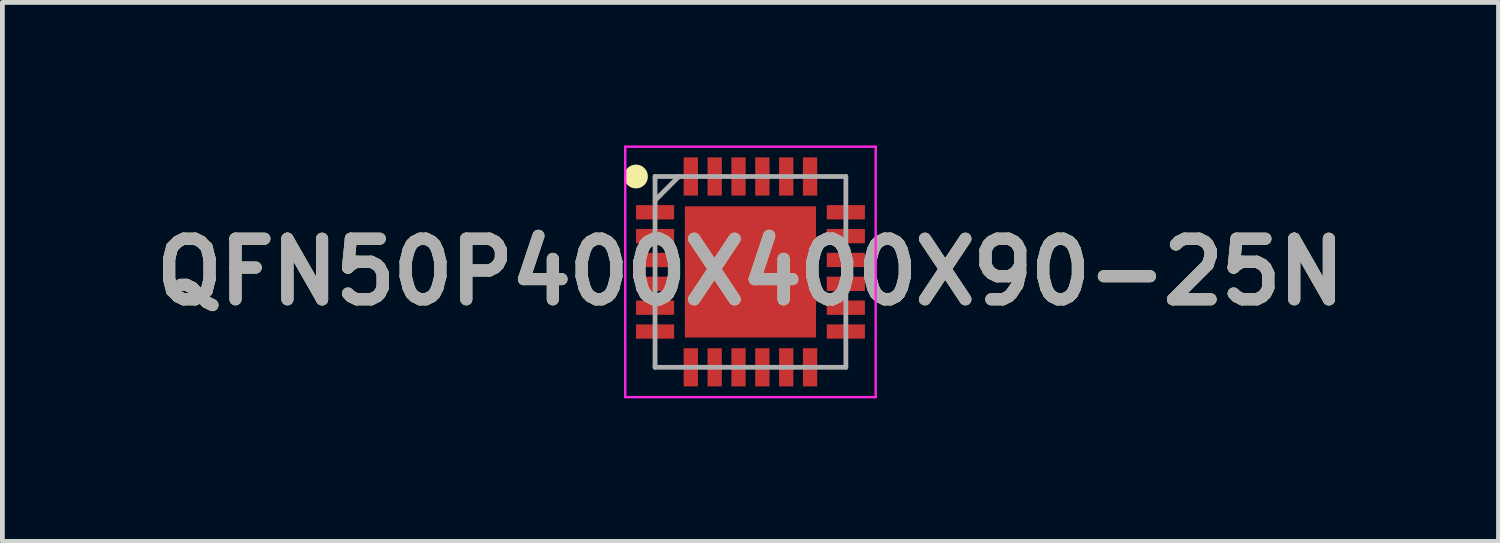
<source format=kicad_pcb>
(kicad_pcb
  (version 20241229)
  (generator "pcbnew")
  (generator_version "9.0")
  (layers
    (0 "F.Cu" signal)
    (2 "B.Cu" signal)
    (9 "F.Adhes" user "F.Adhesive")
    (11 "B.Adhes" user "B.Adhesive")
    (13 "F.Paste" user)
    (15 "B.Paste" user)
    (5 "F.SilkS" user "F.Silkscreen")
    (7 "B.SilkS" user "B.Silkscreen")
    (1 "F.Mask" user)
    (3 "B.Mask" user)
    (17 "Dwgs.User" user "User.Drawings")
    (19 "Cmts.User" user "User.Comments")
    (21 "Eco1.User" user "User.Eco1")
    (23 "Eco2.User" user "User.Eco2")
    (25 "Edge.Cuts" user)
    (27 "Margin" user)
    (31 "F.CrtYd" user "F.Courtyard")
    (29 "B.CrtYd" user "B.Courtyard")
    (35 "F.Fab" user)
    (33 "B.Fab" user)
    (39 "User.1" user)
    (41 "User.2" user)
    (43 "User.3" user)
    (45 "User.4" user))
  (footprint "QFN50P400X400X90-25N"
    (layer "F.Cu")
    (at 12.682 2.65)
    (property "Reference" "QFN50P400X400X90-25N" (at 0 0 0) (layer "F.SilkS") (effects (font (size 1.27 1.27) (thickness 0.254))))
    (attr smd)
    (fp_circle (center -2.4 -2) (end -2.4 -1.875) (stroke (width 0.25) (type solid)) (fill no) (layer "F.SilkS"))
    (fp_line (start -2.625 -2.625) (end 2.625 -2.625) (stroke (width 0.05) (type solid)) (layer "F.CrtYd"))
    (fp_line (start -2.625 2.625) (end -2.625 -2.625) (stroke (width 0.05) (type solid)) (layer "F.CrtYd"))
    (fp_line (start 2.625 -2.625) (end 2.625 2.625) (stroke (width 0.05) (type solid)) (layer "F.CrtYd"))
    (fp_line (start 2.625 2.625) (end -2.625 2.625) (stroke (width 0.05) (type solid)) (layer "F.CrtYd"))
    (fp_line (start -2 -2) (end 2 -2) (stroke (width 0.1) (type solid)) (layer "F.Fab"))
    (fp_line (start -2 -1.5) (end -1.5 -2) (stroke (width 0.1) (type solid)) (layer "F.Fab"))
    (fp_line (start -2 2) (end -2 -2) (stroke (width 0.1) (type solid)) (layer "F.Fab"))
    (fp_line (start 2 -2) (end 2 2) (stroke (width 0.1) (type solid)) (layer "F.Fab"))
    (fp_line (start 2 2) (end -2 2) (stroke (width 0.1) (type solid)) (layer "F.Fab"))
    (fp_text user "${REFERENCE}" (at 0 0 0) (layer "F.Fab") (effects (font (size 1.27 1.27) (thickness 0.254))))
    (pad "1" smd rect (at -2 -1.25 90) (size 0.3 0.8) (layers "F.Cu" "F.Mask" "F.Paste"))
    (pad "2" smd rect (at -2 -0.75 90) (size 0.3 0.8) (layers "F.Cu" "F.Mask" "F.Paste"))
    (pad "3" smd rect (at -2 -0.25 90) (size 0.3 0.8) (layers "F.Cu" "F.Mask" "F.Paste"))
    (pad "4" smd rect (at -2 0.25 90) (size 0.3 0.8) (layers "F.Cu" "F.Mask" "F.Paste"))
    (pad "5" smd rect (at -2 0.75 90) (size 0.3 0.8) (layers "F.Cu" "F.Mask" "F.Paste"))
    (pad "6" smd rect (at -2 1.25 90) (size 0.3 0.8) (layers "F.Cu" "F.Mask" "F.Paste"))
    (pad "7" smd rect (at -1.25 2) (size 0.3 0.8) (layers "F.Cu" "F.Mask" "F.Paste"))
    (pad "8" smd rect (at -0.75 2) (size 0.3 0.8) (layers "F.Cu" "F.Mask" "F.Paste"))
    (pad "9" smd rect (at -0.25 2) (size 0.3 0.8) (layers "F.Cu" "F.Mask" "F.Paste"))
    (pad "10" smd rect (at 0.25 2) (size 0.3 0.8) (layers "F.Cu" "F.Mask" "F.Paste"))
    (pad "11" smd rect (at 0.75 2) (size 0.3 0.8) (layers "F.Cu" "F.Mask" "F.Paste"))
    (pad "12" smd rect (at 1.25 2) (size 0.3 0.8) (layers "F.Cu" "F.Mask" "F.Paste"))
    (pad "13" smd rect (at 2 1.25 90) (size 0.3 0.8) (layers "F.Cu" "F.Mask" "F.Paste"))
    (pad "14" smd rect (at 2 0.75 90) (size 0.3 0.8) (layers "F.Cu" "F.Mask" "F.Paste"))
    (pad "15" smd rect (at 2 0.25 90) (size 0.3 0.8) (layers "F.Cu" "F.Mask" "F.Paste"))
    (pad "16" smd rect (at 2 -0.25 90) (size 0.3 0.8) (layers "F.Cu" "F.Mask" "F.Paste"))
    (pad "17" smd rect (at 2 -0.75 90) (size 0.3 0.8) (layers "F.Cu" "F.Mask" "F.Paste"))
    (pad "18" smd rect (at 2 -1.25 90) (size 0.3 0.8) (layers "F.Cu" "F.Mask" "F.Paste"))
    (pad "19" smd rect (at 1.25 -2) (size 0.3 0.8) (layers "F.Cu" "F.Mask" "F.Paste"))
    (pad "20" smd rect (at 0.75 -2) (size 0.3 0.8) (layers "F.Cu" "F.Mask" "F.Paste"))
    (pad "21" smd rect (at 0.25 -2) (size 0.3 0.8) (layers "F.Cu" "F.Mask" "F.Paste"))
    (pad "22" smd rect (at -0.25 -2) (size 0.3 0.8) (layers "F.Cu" "F.Mask" "F.Paste"))
    (pad "23" smd rect (at -0.75 -2) (size 0.3 0.8) (layers "F.Cu" "F.Mask" "F.Paste"))
    (pad "24" smd rect (at -1.25 -2) (size 0.3 0.8) (layers "F.Cu" "F.Mask" "F.Paste"))
    (pad "25" smd rect (at 0 0) (size 2.75 2.75) (layers "F.Cu" "F.Mask" "F.Paste")))
  (gr_rect
    (start -3 -3)
    (end 28.364 8.3)
    (stroke (width 0.1) (type default))
    (fill no)
    (layer "Edge.Cuts")))
</source>
